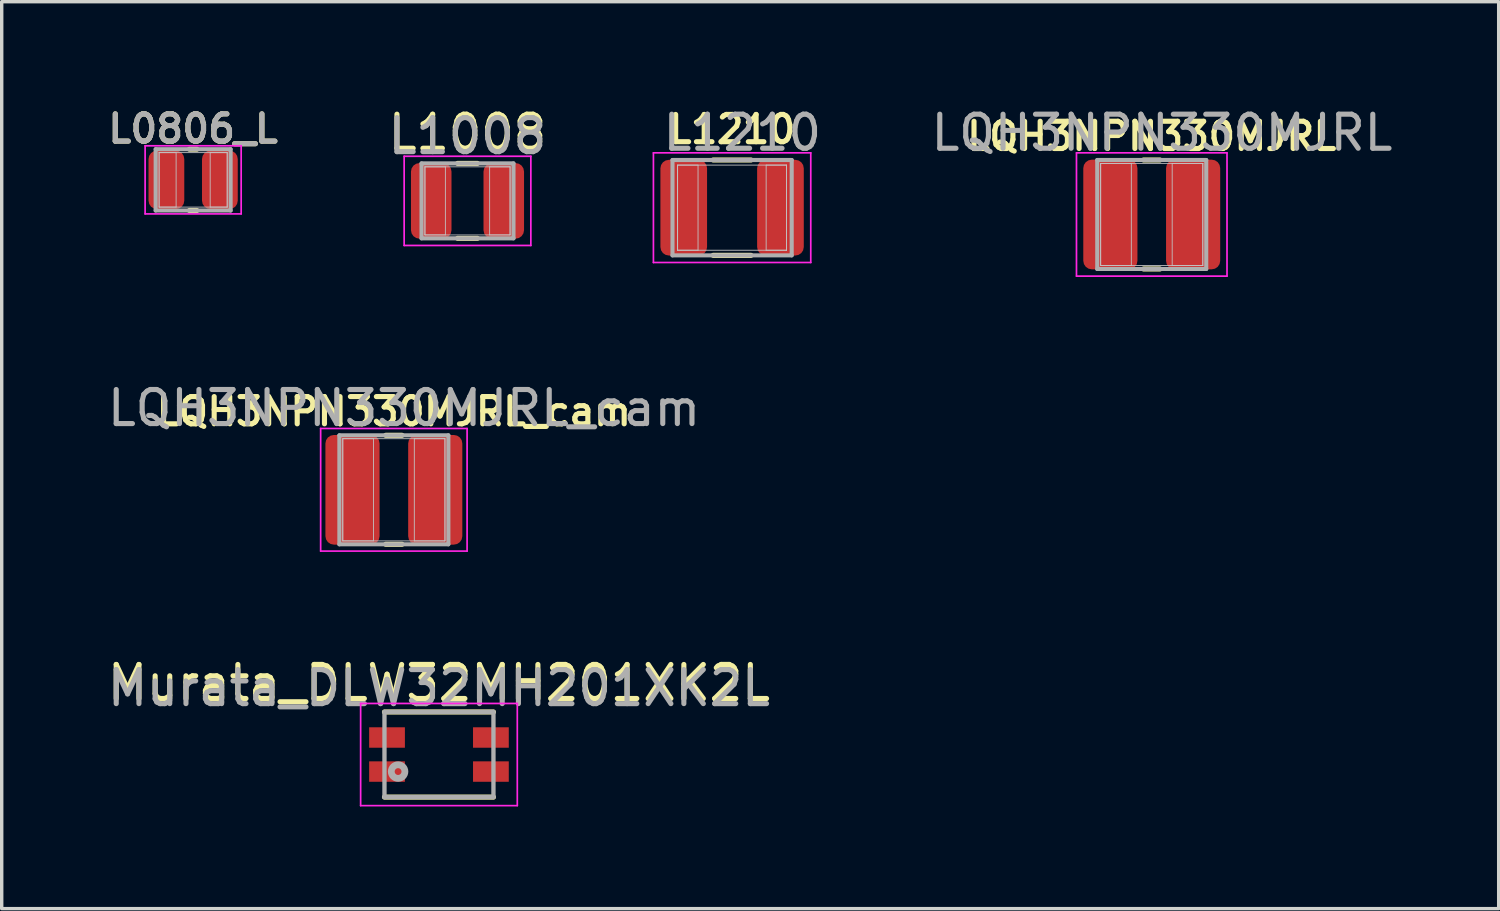
<source format=kicad_pcb>
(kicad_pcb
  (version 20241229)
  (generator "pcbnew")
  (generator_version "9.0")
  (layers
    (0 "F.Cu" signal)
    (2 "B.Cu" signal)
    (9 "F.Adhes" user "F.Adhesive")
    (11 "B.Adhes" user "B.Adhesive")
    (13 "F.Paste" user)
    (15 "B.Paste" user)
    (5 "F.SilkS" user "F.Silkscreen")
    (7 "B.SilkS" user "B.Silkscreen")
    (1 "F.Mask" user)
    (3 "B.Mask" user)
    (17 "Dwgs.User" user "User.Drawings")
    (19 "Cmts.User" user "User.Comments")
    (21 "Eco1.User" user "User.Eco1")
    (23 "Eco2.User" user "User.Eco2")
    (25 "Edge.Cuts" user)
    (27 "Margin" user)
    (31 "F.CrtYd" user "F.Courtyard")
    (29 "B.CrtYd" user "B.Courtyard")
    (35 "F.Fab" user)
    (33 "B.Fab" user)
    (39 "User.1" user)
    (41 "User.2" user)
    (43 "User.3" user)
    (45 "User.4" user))
  (footprint "LQH3NPN330MJRL_cam"
    (layer "F.Cu")
    (at 8.515 11.332)
    (property "Reference" "LQH3NPN330MJRL_cam" (at 0 -2.3 180) (layer "F.SilkS") (effects (font (size 0.8 0.8) (thickness 0.15))))
    (attr smd)
    (fp_line (start -0.24 -1.6) (end 0.24 -1.6) (stroke (width 0.15) (type solid)) (layer "F.SilkS"))
    (fp_line (start -0.24 1.6) (end 0.24 1.6) (stroke (width 0.15) (type solid)) (layer "F.SilkS"))
    (fp_line (start -1.5 -1.5) (end -0.6 -1.5) (stroke (width 0.025) (type solid)) (layer "Dwgs.User"))
    (fp_line (start -1.5 -1.5) (end 1.5 -1.5) (stroke (width 0.025) (type solid)) (layer "Dwgs.User"))
    (fp_line (start -1.5 1.5) (end -1.5 -1.5) (stroke (width 0.025) (type solid)) (layer "Dwgs.User"))
    (fp_line (start -1.5 1.5) (end -1.5 -1.5) (stroke (width 0.025) (type solid)) (layer "Dwgs.User"))
    (fp_line (start -0.6 -1.5) (end -0.6 1.5) (stroke (width 0.025) (type solid)) (layer "Dwgs.User"))
    (fp_line (start -0.6 1.5) (end -1.5 1.5) (stroke (width 0.025) (type solid)) (layer "Dwgs.User"))
    (fp_line (start 0.6 -1.5) (end 1.5 -1.5) (stroke (width 0.025) (type solid)) (layer "Dwgs.User"))
    (fp_line (start 0.6 1.5) (end 0.6 -1.5) (stroke (width 0.025) (type solid)) (layer "Dwgs.User"))
    (fp_line (start 1.5 -1.5) (end 1.5 1.5) (stroke (width 0.025) (type solid)) (layer "Dwgs.User"))
    (fp_line (start 1.5 -1.5) (end 1.5 1.5) (stroke (width 0.025) (type solid)) (layer "Dwgs.User"))
    (fp_line (start 1.5 1.5) (end -1.5 1.5) (stroke (width 0.025) (type solid)) (layer "Dwgs.User"))
    (fp_line (start 1.5 1.5) (end 0.6 1.5) (stroke (width 0.025) (type solid)) (layer "Dwgs.User"))
    (fp_line (start -2.15 -1.8) (end -2.15 1.8) (stroke (width 0.05) (type solid)) (layer "F.CrtYd"))
    (fp_line (start -2.15 1.8) (end 2.15 1.8) (stroke (width 0.05) (type solid)) (layer "F.CrtYd"))
    (fp_line (start 2.15 -1.8) (end -2.15 -1.8) (stroke (width 0.05) (type solid)) (layer "F.CrtYd"))
    (fp_line (start 2.15 1.8) (end 2.15 -1.8) (stroke (width 0.05) (type solid)) (layer "F.CrtYd"))
    (fp_line (start -1.6 -1.6) (end 1.6 -1.6) (stroke (width 0.12) (type solid)) (layer "F.Fab"))
    (fp_line (start -1.6 1.6) (end -1.6 -1.6) (stroke (width 0.12) (type solid)) (layer "F.Fab"))
    (fp_line (start 1.6 -1.6) (end 1.6 1.6) (stroke (width 0.12) (type solid)) (layer "F.Fab"))
    (fp_line (start 1.6 1.6) (end -1.6 1.6) (stroke (width 0.12) (type solid)) (layer "F.Fab"))
    (fp_text user "${REFERENCE}" (at 0.3 -2.4 180) (layer "F.Fab") (effects (font (size 1 1) (thickness 0.15))))
    (pad "" smd custom (at -1.215 0) (size 0.3 0.3) (layers "F.Paste") (options (anchor circle)) (primitives (gr_poly (pts (xy -0.785 -1.4) (xy -0.785 1.4) (xy -0.585 1.6) (xy 0.265 1.6) (xy 0.795 0) (xy 0.265 -1.6) (xy -0.585 -1.6)) (width 0) (fill yes))))
    (pad "" smd custom (at 1.215 0) (size 0.3 0.3) (layers "F.Paste") (options (anchor circle)) (primitives (gr_poly (pts (xy 0.785 -1.4) (xy 0.785 1.4) (xy 0.585 1.6) (xy -0.265 1.6) (xy -0.795 0) (xy -0.265 -1.6) (xy 0.585 -1.6)) (width 0) (fill yes))))
    (pad "1" smd roundrect (at -1.215 0) (size 1.59 3.22) (layers "F.Cu" "F.Mask") (roundrect_rratio 0.157))
    (pad "2" smd roundrect (at 1.215 0) (size 1.59 3.22) (layers "F.Cu" "F.Mask") (roundrect_rratio 0.157)))
  (footprint "LQH3NPN330MJRL"
    (layer "F.Cu")
    (at 30.768 3.248)
    (property "Reference" "LQH3NPN330MJRL" (at 0 -2.3 0) (layer "F.SilkS") (effects (font (size 0.8 0.8) (thickness 0.15))))
    (attr smd)
    (fp_line (start -0.24 -1.6) (end 0.24 -1.6) (stroke (width 0.15) (type solid)) (layer "F.SilkS"))
    (fp_line (start -0.24 1.6) (end 0.24 1.6) (stroke (width 0.15) (type solid)) (layer "F.SilkS"))
    (fp_line (start -1.5 -1.5) (end -0.6 -1.5) (stroke (width 0.025) (type solid)) (layer "Dwgs.User"))
    (fp_line (start -1.5 -1.5) (end 1.5 -1.5) (stroke (width 0.025) (type solid)) (layer "Dwgs.User"))
    (fp_line (start -1.5 1.5) (end -1.5 -1.5) (stroke (width 0.025) (type solid)) (layer "Dwgs.User"))
    (fp_line (start -1.5 1.5) (end -1.5 -1.5) (stroke (width 0.025) (type solid)) (layer "Dwgs.User"))
    (fp_line (start -0.6 -1.5) (end -0.6 1.5) (stroke (width 0.025) (type solid)) (layer "Dwgs.User"))
    (fp_line (start -0.6 1.5) (end -1.5 1.5) (stroke (width 0.025) (type solid)) (layer "Dwgs.User"))
    (fp_line (start 0.6 -1.5) (end 1.5 -1.5) (stroke (width 0.025) (type solid)) (layer "Dwgs.User"))
    (fp_line (start 0.6 1.5) (end 0.6 -1.5) (stroke (width 0.025) (type solid)) (layer "Dwgs.User"))
    (fp_line (start 1.5 -1.5) (end 1.5 1.5) (stroke (width 0.025) (type solid)) (layer "Dwgs.User"))
    (fp_line (start 1.5 -1.5) (end 1.5 1.5) (stroke (width 0.025) (type solid)) (layer "Dwgs.User"))
    (fp_line (start 1.5 1.5) (end -1.5 1.5) (stroke (width 0.025) (type solid)) (layer "Dwgs.User"))
    (fp_line (start 1.5 1.5) (end 0.6 1.5) (stroke (width 0.025) (type solid)) (layer "Dwgs.User"))
    (fp_line (start -2.21 -1.81) (end -2.21 1.81) (stroke (width 0.05) (type solid)) (layer "F.CrtYd"))
    (fp_line (start -2.21 1.81) (end 2.21 1.81) (stroke (width 0.05) (type solid)) (layer "F.CrtYd"))
    (fp_line (start 2.21 -1.81) (end -2.21 -1.81) (stroke (width 0.05) (type solid)) (layer "F.CrtYd"))
    (fp_line (start 2.21 1.81) (end 2.21 -1.81) (stroke (width 0.05) (type solid)) (layer "F.CrtYd"))
    (fp_line (start -1.6 -1.6) (end 1.6 -1.6) (stroke (width 0.12) (type solid)) (layer "F.Fab"))
    (fp_line (start -1.6 1.6) (end -1.6 -1.6) (stroke (width 0.12) (type solid)) (layer "F.Fab"))
    (fp_line (start 1.6 -1.6) (end 1.6 1.6) (stroke (width 0.12) (type solid)) (layer "F.Fab"))
    (fp_line (start 1.6 1.6) (end -1.6 1.6) (stroke (width 0.12) (type solid)) (layer "F.Fab"))
    (fp_text user "${REFERENCE}" (at 0.3 -2.4 0) (layer "F.Fab") (effects (font (size 1 1) (thickness 0.15))))
    (pad "" smd custom (at -1.215 0) (size 0.3 0.3) (layers "F.Paste") (options (anchor circle)) (primitives (gr_poly (pts (xy -0.785 -1.4) (xy -0.785 1.4) (xy -0.585 1.6) (xy 0.265 1.6) (xy 0.795 0) (xy 0.265 -1.6) (xy -0.585 -1.6)) (width 0) (fill yes))))
    (pad "" smd custom (at 1.215 0) (size 0.3 0.3) (layers "F.Paste") (options (anchor circle)) (primitives (gr_poly (pts (xy 0.785 -1.4) (xy 0.785 1.4) (xy 0.585 1.6) (xy -0.265 1.6) (xy -0.795 0) (xy -0.265 -1.6) (xy 0.585 -1.6)) (width 0) (fill yes))))
    (pad "1" smd roundrect (at -1.215 0) (size 1.59 3.22) (layers "F.Cu" "F.Mask") (roundrect_rratio 0.157))
    (pad "2" smd roundrect (at 1.215 0) (size 1.59 3.22) (layers "F.Cu" "F.Mask") (roundrect_rratio 0.157)))
  (footprint "Murata_DLW32MH201XK2L"
    (layer "F.Cu")
    (at 9.839 19.105)
    (property "Reference" "Murata_DLW32MH201XK2L" (at 0 -2.1 0) (layer "F.SilkS") (effects (font (size 1 1) (thickness 0.15))))
    (attr smd)
    (fp_line (start -1.6 -1.25) (end 1.6 -1.25) (stroke (width 0.15) (type solid)) (layer "F.SilkS"))
    (fp_line (start 1.6 1.25) (end -1.6 1.25) (stroke (width 0.15) (type solid)) (layer "F.SilkS"))
    (fp_line (start -2.3 -1.5) (end 2.3 -1.5) (stroke (width 0.05) (type solid)) (layer "F.CrtYd"))
    (fp_line (start -2.3 1.5) (end -2.3 -1.5) (stroke (width 0.05) (type solid)) (layer "F.CrtYd"))
    (fp_line (start 2.3 -1.5) (end 2.3 1.5) (stroke (width 0.05) (type solid)) (layer "F.CrtYd"))
    (fp_line (start 2.3 1.5) (end -2.3 1.5) (stroke (width 0.05) (type solid)) (layer "F.CrtYd"))
    (fp_line (start -1.6 -1.25) (end 1.6 -1.25) (stroke (width 0.127) (type solid)) (layer "F.Fab"))
    (fp_line (start -1.6 1.25) (end -1.6 -1.25) (stroke (width 0.127) (type solid)) (layer "F.Fab"))
    (fp_line (start 1.6 -1.25) (end 1.6 1.25) (stroke (width 0.127) (type solid)) (layer "F.Fab"))
    (fp_line (start 1.6 1.25) (end -1.6 1.25) (stroke (width 0.127) (type solid)) (layer "F.Fab"))
    (fp_circle (center -1.2 0.5) (end -1 0.5) (stroke (width 0.2) (type solid)) (fill no) (layer "F.Fab"))
    (fp_text user "${REFERENCE}" (at 0 -1.95 0) (layer "F.Fab") (effects (font (size 1 1) (thickness 0.15))))
    (pad "1" smd rect (at -1.525 0.5) (size 1.05 0.6) (layers "F.Cu" "F.Mask" "F.Paste"))
    (pad "2" smd rect (at 1.525 0.5) (size 1.05 0.6) (layers "F.Cu" "F.Mask" "F.Paste"))
    (pad "3" smd rect (at 1.525 -0.5) (size 1.05 0.6) (layers "F.Cu" "F.Mask" "F.Paste"))
    (pad "4" smd rect (at -1.525 -0.5) (size 1.05 0.6) (layers "F.Cu" "F.Mask" "F.Paste")))
  (footprint "L0806_L"
    (layer "F.Cu")
    (at 2.621 2.231)
    (property "Reference" "L0806_L" (at 0 -1.5 0) (layer "F.SilkS") (effects (font (size 0.8 0.8) (thickness 0.15))))
    (attr smd)
    (fp_line (start -0.11 -0.9) (end 0.11 -0.9) (stroke (width 0.15) (type solid)) (layer "F.SilkS"))
    (fp_line (start -0.11 0.9) (end 0.11 0.9) (stroke (width 0.15) (type solid)) (layer "F.SilkS"))
    (fp_line (start -1 -0.8) (end -0.5 -0.8) (stroke (width 0.025) (type solid)) (layer "Dwgs.User"))
    (fp_line (start -1 -0.8) (end 1 -0.8) (stroke (width 0.025) (type solid)) (layer "Dwgs.User"))
    (fp_line (start -1 0.8) (end -1 -0.8) (stroke (width 0.025) (type solid)) (layer "Dwgs.User"))
    (fp_line (start -1 0.8) (end -1 -0.8) (stroke (width 0.025) (type solid)) (layer "Dwgs.User"))
    (fp_line (start -0.5 -0.8) (end -0.5 0.8) (stroke (width 0.025) (type solid)) (layer "Dwgs.User"))
    (fp_line (start -0.5 0.8) (end -1 0.8) (stroke (width 0.025) (type solid)) (layer "Dwgs.User"))
    (fp_line (start 0.5 -0.8) (end 1 -0.8) (stroke (width 0.025) (type solid)) (layer "Dwgs.User"))
    (fp_line (start 0.5 0.8) (end 0.5 -0.8) (stroke (width 0.025) (type solid)) (layer "Dwgs.User"))
    (fp_line (start 1 -0.8) (end 1 0.8) (stroke (width 0.025) (type solid)) (layer "Dwgs.User"))
    (fp_line (start 1 -0.8) (end 1 0.8) (stroke (width 0.025) (type solid)) (layer "Dwgs.User"))
    (fp_line (start 1 0.8) (end -1 0.8) (stroke (width 0.025) (type solid)) (layer "Dwgs.User"))
    (fp_line (start 1 0.8) (end 0.5 0.8) (stroke (width 0.025) (type solid)) (layer "Dwgs.User"))
    (fp_line (start -1.41 -1) (end 1.41 -1) (stroke (width 0.05) (type solid)) (layer "F.CrtYd"))
    (fp_line (start -1.41 1) (end -1.41 -1) (stroke (width 0.05) (type solid)) (layer "F.CrtYd"))
    (fp_line (start 1.41 -1) (end 1.41 1) (stroke (width 0.05) (type solid)) (layer "F.CrtYd"))
    (fp_line (start 1.41 1) (end -1.41 1) (stroke (width 0.05) (type solid)) (layer "F.CrtYd"))
    (fp_line (start -1.1 -0.9) (end 1.1 -0.9) (stroke (width 0.12) (type solid)) (layer "F.Fab"))
    (fp_line (start -1.1 0.9) (end -1.1 -0.9) (stroke (width 0.12) (type solid)) (layer "F.Fab"))
    (fp_line (start 1.1 -0.9) (end 1.1 0.9) (stroke (width 0.12) (type solid)) (layer "F.Fab"))
    (fp_line (start 1.1 0.9) (end -1.1 0.9) (stroke (width 0.12) (type solid)) (layer "F.Fab"))
    (fp_text user "${REFERENCE}" (at 0 -1.5 0) (layer "F.Fab") (effects (font (size 0.8 0.8) (thickness 0.15))))
    (pad "" smd custom (at -0.785 0) (size 0.3 0.3) (layers "F.Paste") (options (anchor circle)) (primitives (gr_poly (pts (xy -0.525 -0.6) (xy -0.3 -0.86) (xy 0.175 -0.86) (xy 0.525 0) (xy 0.175 0.86) (xy -0.3 0.86) (xy -0.525 0.6)) (width 0) (fill yes))))
    (pad "" smd custom (at 0.785 0 180) (size 0.3 0.3) (layers "F.Paste") (options (anchor circle)) (primitives (gr_poly (pts (xy -0.525 -0.6) (xy -0.3 -0.86) (xy 0.175 -0.86) (xy 0.525 0) (xy 0.175 0.86) (xy -0.3 0.86) (xy -0.525 0.6)) (width 0) (fill yes))))
    (pad "1" smd roundrect (at -0.785 0) (size 1.05 1.72) (layers "F.Cu" "F.Mask") (roundrect_rratio 0.238))
    (pad "2" smd roundrect (at 0.785 0) (size 1.05 1.72) (layers "F.Cu" "F.Mask") (roundrect_rratio 0.238)))
  (footprint "L1210"
    (layer "F.Cu")
    (at 18.446 3.048)
    (property "Reference" "L1210" (at 0 -2.3 0) (layer "F.SilkS") (effects (font (size 0.8 0.8) (thickness 0.15))))
    (attr smd)
    (fp_line (start -0.555 -1.4) (end 0.555 -1.4) (stroke (width 0.15) (type solid)) (layer "F.SilkS"))
    (fp_line (start -0.555 1.4) (end 0.555 1.4) (stroke (width 0.15) (type solid)) (layer "F.SilkS"))
    (fp_line (start -1.6 -1.25) (end -1 -1.25) (stroke (width 0.025) (type solid)) (layer "Dwgs.User"))
    (fp_line (start -1.6 -1.25) (end 1.6 -1.25) (stroke (width 0.025) (type solid)) (layer "Dwgs.User"))
    (fp_line (start -1.6 1.25) (end -1.6 -1.25) (stroke (width 0.025) (type solid)) (layer "Dwgs.User"))
    (fp_line (start -1.6 1.25) (end -1.6 -1.25) (stroke (width 0.025) (type solid)) (layer "Dwgs.User"))
    (fp_line (start -1 -1.25) (end -1 1.25) (stroke (width 0.025) (type solid)) (layer "Dwgs.User"))
    (fp_line (start -1 1.25) (end -1.6 1.25) (stroke (width 0.025) (type solid)) (layer "Dwgs.User"))
    (fp_line (start 1 -1.25) (end 1.6 -1.25) (stroke (width 0.025) (type solid)) (layer "Dwgs.User"))
    (fp_line (start 1 1.25) (end 1 -1.25) (stroke (width 0.025) (type solid)) (layer "Dwgs.User"))
    (fp_line (start 1.6 -1.25) (end 1.6 1.25) (stroke (width 0.025) (type solid)) (layer "Dwgs.User"))
    (fp_line (start 1.6 -1.25) (end 1.6 1.25) (stroke (width 0.025) (type solid)) (layer "Dwgs.User"))
    (fp_line (start 1.6 1.25) (end -1.6 1.25) (stroke (width 0.025) (type solid)) (layer "Dwgs.User"))
    (fp_line (start 1.6 1.25) (end 1 1.25) (stroke (width 0.025) (type solid)) (layer "Dwgs.User"))
    (fp_line (start -2.31 -1.61) (end 2.31 -1.61) (stroke (width 0.05) (type solid)) (layer "F.CrtYd"))
    (fp_line (start -2.31 1.61) (end -2.31 -1.61) (stroke (width 0.05) (type solid)) (layer "F.CrtYd"))
    (fp_line (start 2.31 -1.61) (end 2.31 1.61) (stroke (width 0.05) (type solid)) (layer "F.CrtYd"))
    (fp_line (start 2.31 1.61) (end -2.31 1.61) (stroke (width 0.05) (type solid)) (layer "F.CrtYd"))
    (fp_line (start -1.75 -1.4) (end 1.75 -1.4) (stroke (width 0.12) (type solid)) (layer "F.Fab"))
    (fp_line (start -1.75 1.4) (end -1.75 -1.4) (stroke (width 0.12) (type solid)) (layer "F.Fab"))
    (fp_line (start 1.75 -1.4) (end 1.75 1.4) (stroke (width 0.12) (type solid)) (layer "F.Fab"))
    (fp_line (start 1.75 1.4) (end -1.75 1.4) (stroke (width 0.12) (type solid)) (layer "F.Fab"))
    (fp_text user "${REFERENCE}" (at 0.3 -2.2 0) (layer "F.Fab") (effects (font (size 1 1) (thickness 0.15))))
    (pad "" smd custom (at -1.42 0) (size 0.5 0.5) (layers "F.Paste") (options (anchor circle)) (primitives (gr_poly (pts (xy -0.68 -1.2) (xy -0.4 -1.4) (xy 0.23 -1.4) (xy 0.68 0) (xy 0.23 1.4) (xy -0.4 1.4) (xy -0.68 1.2)) (width 0) (fill yes))))
    (pad "" smd custom (at 1.42 0 180) (size 0.5 0.5) (layers "F.Paste") (options (anchor circle)) (primitives (gr_poly (pts (xy -0.68 -1.2) (xy -0.4 -1.4) (xy 0.23 -1.4) (xy 0.68 0) (xy 0.23 1.4) (xy -0.4 1.4) (xy -0.68 1.2)) (width 0) (fill yes))))
    (pad "1" smd roundrect (at -1.42 0) (size 1.37 2.81) (layers "F.Cu" "F.Mask") (roundrect_rratio 0.182))
    (pad "2" smd roundrect (at 1.42 0) (size 1.37 2.81) (layers "F.Cu" "F.Mask") (roundrect_rratio 0.182)))
  (footprint "L1008"
    (layer "F.Cu")
    (at 10.677 2.848)
    (property "Reference" "L1008" (at 0 -2 0) (layer "F.SilkS") (effects (font (size 1 1) (thickness 0.15))))
    (attr smd)
    (fp_line (start -0.29 -1.1) (end 0.29 -1.1) (stroke (width 0.15) (type solid)) (layer "F.SilkS"))
    (fp_line (start -0.29 1.1) (end 0.29 1.1) (stroke (width 0.15) (type solid)) (layer "F.SilkS"))
    (fp_line (start -1.25 -1) (end -0.65 -1) (stroke (width 0.025) (type solid)) (layer "Dwgs.User"))
    (fp_line (start -1.25 -1) (end 1.25 -1) (stroke (width 0.025) (type solid)) (layer "Dwgs.User"))
    (fp_line (start -1.25 1) (end -1.25 -1) (stroke (width 0.025) (type solid)) (layer "Dwgs.User"))
    (fp_line (start -1.25 1) (end -1.25 -1) (stroke (width 0.025) (type solid)) (layer "Dwgs.User"))
    (fp_line (start -0.65 -1) (end -0.65 1) (stroke (width 0.025) (type solid)) (layer "Dwgs.User"))
    (fp_line (start -0.65 1) (end -1.25 1) (stroke (width 0.025) (type solid)) (layer "Dwgs.User"))
    (fp_line (start 0.65 -1) (end 1.25 -1) (stroke (width 0.025) (type solid)) (layer "Dwgs.User"))
    (fp_line (start 0.65 1) (end 0.65 -1) (stroke (width 0.025) (type solid)) (layer "Dwgs.User"))
    (fp_line (start 1.25 -1) (end 1.25 1) (stroke (width 0.025) (type solid)) (layer "Dwgs.User"))
    (fp_line (start 1.25 -1) (end 1.25 1) (stroke (width 0.025) (type solid)) (layer "Dwgs.User"))
    (fp_line (start 1.25 1) (end -1.25 1) (stroke (width 0.025) (type solid)) (layer "Dwgs.User"))
    (fp_line (start 1.25 1) (end 0.65 1) (stroke (width 0.025) (type solid)) (layer "Dwgs.User"))
    (fp_line (start -1.86 -1.31) (end 1.86 -1.31) (stroke (width 0.05) (type solid)) (layer "F.CrtYd"))
    (fp_line (start -1.86 1.31) (end -1.86 -1.31) (stroke (width 0.05) (type solid)) (layer "F.CrtYd"))
    (fp_line (start 1.86 -1.31) (end 1.86 1.31) (stroke (width 0.05) (type solid)) (layer "F.CrtYd"))
    (fp_line (start 1.86 1.31) (end -1.86 1.31) (stroke (width 0.05) (type solid)) (layer "F.CrtYd"))
    (fp_line (start -1.35 -1.1) (end 1.35 -1.1) (stroke (width 0.12) (type solid)) (layer "F.Fab"))
    (fp_line (start -1.35 1.1) (end -1.35 -1.1) (stroke (width 0.12) (type solid)) (layer "F.Fab"))
    (fp_line (start 1.35 -1.1) (end 1.35 1.1) (stroke (width 0.12) (type solid)) (layer "F.Fab"))
    (fp_line (start 1.35 1.1) (end -1.35 1.1) (stroke (width 0.12) (type solid)) (layer "F.Fab"))
    (fp_text user "${REFERENCE}" (at 0 -1.9 0) (layer "F.Fab") (effects (font (size 1 1) (thickness 0.15))))
    (pad "1" smd roundrect (at -1.065 0) (size 1.19 2.22) (layers "F.Cu" "F.Mask" "F.Paste") (roundrect_rratio 0.21))
    (pad "2" smd roundrect (at 1.065 0) (size 1.19 2.22) (layers "F.Cu" "F.Mask" "F.Paste") (roundrect_rratio 0.21)))
  (gr_rect
    (start -3 -3)
    (end 40.955 23.63)
    (stroke (width 0.1) (type default))
    (fill no)
    (layer "Edge.Cuts")))
</source>
